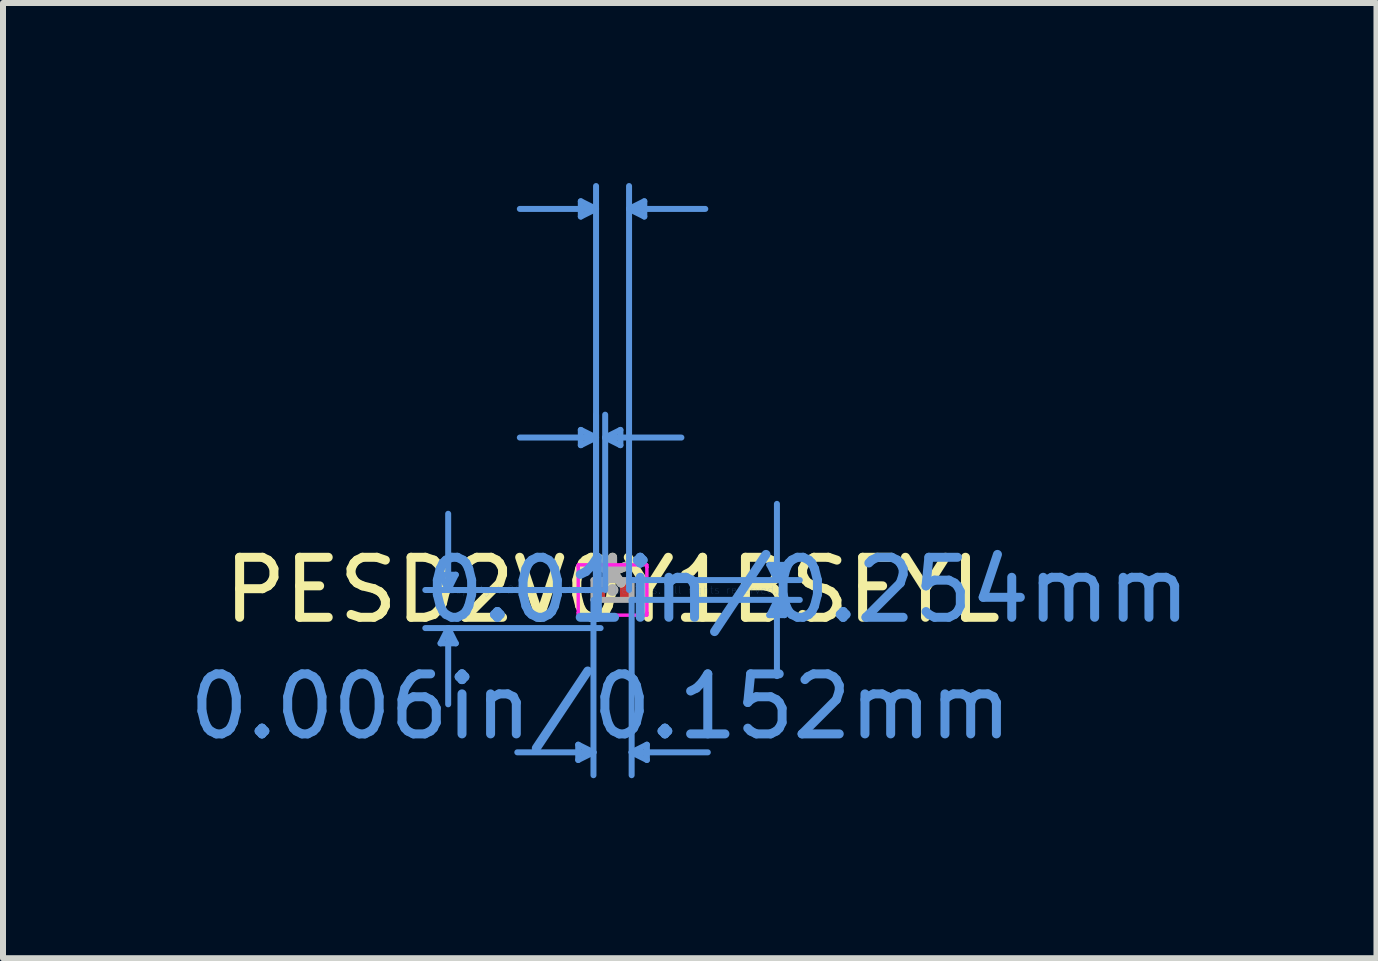
<source format=kicad_pcb>
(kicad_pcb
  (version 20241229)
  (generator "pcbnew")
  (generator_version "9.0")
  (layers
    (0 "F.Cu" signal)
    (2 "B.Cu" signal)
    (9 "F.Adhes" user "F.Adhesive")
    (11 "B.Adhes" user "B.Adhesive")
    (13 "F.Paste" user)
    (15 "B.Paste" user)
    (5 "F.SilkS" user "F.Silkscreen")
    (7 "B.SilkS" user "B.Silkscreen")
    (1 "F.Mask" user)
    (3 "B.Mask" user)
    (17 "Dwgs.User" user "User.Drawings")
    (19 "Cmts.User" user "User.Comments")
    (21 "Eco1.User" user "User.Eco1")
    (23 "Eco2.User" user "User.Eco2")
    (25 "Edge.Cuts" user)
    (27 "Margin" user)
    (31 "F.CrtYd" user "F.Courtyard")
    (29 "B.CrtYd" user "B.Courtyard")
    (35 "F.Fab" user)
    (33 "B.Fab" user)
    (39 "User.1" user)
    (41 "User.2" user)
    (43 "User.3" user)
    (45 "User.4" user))
  (footprint "PESD2V0Y1BSFYL"
    (layer "F.Cu")
    (at 7.157 6.781)
    (property "Reference" "PESD2V0Y1BSFYL" (at 0 0 0) (layer "F.SilkS") (effects (font (size 1 1) (thickness 0.15))))
    (attr through_hole)
    (fp_line (start -2.866 -0.254) (end -2.612 -0.254) (stroke (width 0.1) (type solid)) (layer "Cmts.User"))
    (fp_line (start -2.866 0.889) (end -2.612 0.889) (stroke (width 0.1) (type solid)) (layer "Cmts.User"))
    (fp_line (start -2.739 0) (end -2.866 -0.254) (stroke (width 0.1) (type solid)) (layer "Cmts.User"))
    (fp_line (start -2.739 0) (end -2.739 -1.27) (stroke (width 0.1) (type solid)) (layer "Cmts.User"))
    (fp_line (start -2.739 0) (end -2.612 -0.254) (stroke (width 0.1) (type solid)) (layer "Cmts.User"))
    (fp_line (start -2.739 0.635) (end -2.866 0.889) (stroke (width 0.1) (type solid)) (layer "Cmts.User"))
    (fp_line (start -2.739 0.635) (end -2.739 1.905) (stroke (width 0.1) (type solid)) (layer "Cmts.User"))
    (fp_line (start -2.739 0.635) (end -2.612 0.889) (stroke (width 0.1) (type solid)) (layer "Cmts.User"))
    (fp_line (start -0.572 2.578) (end -0.572 2.832) (stroke (width 0.1) (type solid)) (layer "Cmts.User"))
    (fp_line (start -0.529 -6.477) (end -0.529 -6.223) (stroke (width 0.1) (type solid)) (layer "Cmts.User"))
    (fp_line (start -0.529 -2.667) (end -0.529 -2.413) (stroke (width 0.1) (type solid)) (layer "Cmts.User"))
    (fp_line (start -0.318 0.165) (end -0.318 3.086) (stroke (width 0.1) (type solid)) (layer "Cmts.User"))
    (fp_line (start -0.318 2.705) (end -1.587 2.705) (stroke (width 0.1) (type solid)) (layer "Cmts.User"))
    (fp_line (start -0.318 2.705) (end -0.572 2.578) (stroke (width 0.1) (type solid)) (layer "Cmts.User"))
    (fp_line (start -0.318 2.705) (end -0.572 2.832) (stroke (width 0.1) (type solid)) (layer "Cmts.User"))
    (fp_line (start -0.275 -6.35) (end -1.545 -6.35) (stroke (width 0.1) (type solid)) (layer "Cmts.User"))
    (fp_line (start -0.275 -6.35) (end -0.529 -6.477) (stroke (width 0.1) (type solid)) (layer "Cmts.User"))
    (fp_line (start -0.275 -6.35) (end -0.529 -6.223) (stroke (width 0.1) (type solid)) (layer "Cmts.User"))
    (fp_line (start -0.275 -2.54) (end -1.545 -2.54) (stroke (width 0.1) (type solid)) (layer "Cmts.User"))
    (fp_line (start -0.275 -2.54) (end -0.529 -2.667) (stroke (width 0.1) (type solid)) (layer "Cmts.User"))
    (fp_line (start -0.275 -2.54) (end -0.529 -2.413) (stroke (width 0.1) (type solid)) (layer "Cmts.User"))
    (fp_line (start -0.275 0) (end -0.275 -6.731) (stroke (width 0.1) (type solid)) (layer "Cmts.User"))
    (fp_line (start -0.275 0) (end -0.275 -2.921) (stroke (width 0.1) (type solid)) (layer "Cmts.User"))
    (fp_line (start -0.199 0) (end -3.12 0) (stroke (width 0.1) (type solid)) (layer "Cmts.User"))
    (fp_line (start -0.199 0.635) (end -3.12 0.635) (stroke (width 0.1) (type solid)) (layer "Cmts.User"))
    (fp_line (start -0.123 -2.54) (end 0.131 -2.667) (stroke (width 0.1) (type solid)) (layer "Cmts.User"))
    (fp_line (start -0.123 -2.54) (end 0.131 -2.413) (stroke (width 0.1) (type solid)) (layer "Cmts.User"))
    (fp_line (start -0.123 -2.54) (end 1.147 -2.54) (stroke (width 0.1) (type solid)) (layer "Cmts.User"))
    (fp_line (start -0.123 0) (end -0.123 -2.921) (stroke (width 0.1) (type solid)) (layer "Cmts.User"))
    (fp_line (start 0.131 -2.667) (end 0.131 -2.413) (stroke (width 0.1) (type solid)) (layer "Cmts.User"))
    (fp_line (start 0.275 -6.35) (end 0.529 -6.477) (stroke (width 0.1) (type solid)) (layer "Cmts.User"))
    (fp_line (start 0.275 -6.35) (end 0.529 -6.223) (stroke (width 0.1) (type solid)) (layer "Cmts.User"))
    (fp_line (start 0.275 -6.35) (end 1.545 -6.35) (stroke (width 0.1) (type solid)) (layer "Cmts.User"))
    (fp_line (start 0.275 0) (end 0.275 -6.731) (stroke (width 0.1) (type solid)) (layer "Cmts.User"))
    (fp_line (start 0.318 -0.165) (end 3.12 -0.165) (stroke (width 0.1) (type solid)) (layer "Cmts.User"))
    (fp_line (start 0.318 0.165) (end 0.318 3.086) (stroke (width 0.1) (type solid)) (layer "Cmts.User"))
    (fp_line (start 0.318 0.165) (end 3.12 0.165) (stroke (width 0.1) (type solid)) (layer "Cmts.User"))
    (fp_line (start 0.318 2.705) (end 0.572 2.578) (stroke (width 0.1) (type solid)) (layer "Cmts.User"))
    (fp_line (start 0.318 2.705) (end 0.572 2.832) (stroke (width 0.1) (type solid)) (layer "Cmts.User"))
    (fp_line (start 0.318 2.705) (end 1.587 2.705) (stroke (width 0.1) (type solid)) (layer "Cmts.User"))
    (fp_line (start 0.529 -6.477) (end 0.529 -6.223) (stroke (width 0.1) (type solid)) (layer "Cmts.User"))
    (fp_line (start 0.572 2.578) (end 0.572 2.832) (stroke (width 0.1) (type solid)) (layer "Cmts.User"))
    (fp_line (start 2.612 -0.419) (end 2.866 -0.419) (stroke (width 0.1) (type solid)) (layer "Cmts.User"))
    (fp_line (start 2.612 0.419) (end 2.866 0.419) (stroke (width 0.1) (type solid)) (layer "Cmts.User"))
    (fp_line (start 2.739 -0.165) (end 2.612 -0.419) (stroke (width 0.1) (type solid)) (layer "Cmts.User"))
    (fp_line (start 2.739 -0.165) (end 2.739 -1.435) (stroke (width 0.1) (type solid)) (layer "Cmts.User"))
    (fp_line (start 2.739 -0.165) (end 2.866 -0.419) (stroke (width 0.1) (type solid)) (layer "Cmts.User"))
    (fp_line (start 2.739 0.165) (end 2.612 0.419) (stroke (width 0.1) (type solid)) (layer "Cmts.User"))
    (fp_line (start 2.739 0.165) (end 2.739 1.435) (stroke (width 0.1) (type solid)) (layer "Cmts.User"))
    (fp_line (start 2.739 0.165) (end 2.866 0.419) (stroke (width 0.1) (type solid)) (layer "Cmts.User"))
    (fp_line (start -0.572 -0.419) (end 0.572 -0.419) (stroke (width 0.05) (type solid)) (layer "F.CrtYd"))
    (fp_line (start -0.572 -0.419) (end 0.572 -0.419) (stroke (width 0.05) (type solid)) (layer "F.CrtYd"))
    (fp_line (start -0.572 -0.381) (end -0.572 -0.419) (stroke (width 0.05) (type solid)) (layer "F.CrtYd"))
    (fp_line (start -0.572 -0.381) (end -0.572 -0.419) (stroke (width 0.05) (type solid)) (layer "F.CrtYd"))
    (fp_line (start -0.572 -0.381) (end -0.572 -0.381) (stroke (width 0.05) (type solid)) (layer "F.CrtYd"))
    (fp_line (start -0.572 -0.381) (end -0.572 -0.381) (stroke (width 0.05) (type solid)) (layer "F.CrtYd"))
    (fp_line (start -0.572 0.381) (end -0.572 -0.381) (stroke (width 0.05) (type solid)) (layer "F.CrtYd"))
    (fp_line (start -0.572 0.381) (end -0.572 -0.381) (stroke (width 0.05) (type solid)) (layer "F.CrtYd"))
    (fp_line (start -0.572 0.381) (end -0.572 0.381) (stroke (width 0.05) (type solid)) (layer "F.CrtYd"))
    (fp_line (start -0.572 0.381) (end -0.572 0.381) (stroke (width 0.05) (type solid)) (layer "F.CrtYd"))
    (fp_line (start -0.572 0.419) (end -0.572 0.381) (stroke (width 0.05) (type solid)) (layer "F.CrtYd"))
    (fp_line (start -0.572 0.419) (end -0.572 0.381) (stroke (width 0.05) (type solid)) (layer "F.CrtYd"))
    (fp_line (start 0.572 -0.419) (end 0.572 -0.381) (stroke (width 0.05) (type solid)) (layer "F.CrtYd"))
    (fp_line (start 0.572 -0.419) (end 0.572 -0.381) (stroke (width 0.05) (type solid)) (layer "F.CrtYd"))
    (fp_line (start 0.572 -0.381) (end 0.572 -0.381) (stroke (width 0.05) (type solid)) (layer "F.CrtYd"))
    (fp_line (start 0.572 -0.381) (end 0.572 -0.381) (stroke (width 0.05) (type solid)) (layer "F.CrtYd"))
    (fp_line (start 0.572 -0.381) (end 0.572 0.381) (stroke (width 0.05) (type solid)) (layer "F.CrtYd"))
    (fp_line (start 0.572 -0.381) (end 0.572 0.381) (stroke (width 0.05) (type solid)) (layer "F.CrtYd"))
    (fp_line (start 0.572 0.381) (end 0.572 0.381) (stroke (width 0.05) (type solid)) (layer "F.CrtYd"))
    (fp_line (start 0.572 0.381) (end 0.572 0.381) (stroke (width 0.05) (type solid)) (layer "F.CrtYd"))
    (fp_line (start 0.572 0.381) (end 0.572 0.419) (stroke (width 0.05) (type solid)) (layer "F.CrtYd"))
    (fp_line (start 0.572 0.381) (end 0.572 0.419) (stroke (width 0.05) (type solid)) (layer "F.CrtYd"))
    (fp_line (start 0.572 0.419) (end -0.572 0.419) (stroke (width 0.05) (type solid)) (layer "F.CrtYd"))
    (fp_line (start 0.572 0.419) (end -0.572 0.419) (stroke (width 0.05) (type solid)) (layer "F.CrtYd"))
    (fp_line (start -0.318 -0.165) (end -0.318 0.165) (stroke (width 0.1) (type solid)) (layer "F.Fab"))
    (fp_line (start -0.318 0.165) (end 0.318 0.165) (stroke (width 0.1) (type solid)) (layer "F.Fab"))
    (fp_line (start 0.318 -0.165) (end -0.318 -0.165) (stroke (width 0.1) (type solid)) (layer "F.Fab"))
    (fp_line (start 0.318 0.165) (end 0.318 -0.165) (stroke (width 0.1) (type solid)) (layer "F.Fab"))
    (fp_circle (center 0 0) (end 0 0) (stroke (width 0.1) (type solid)) (fill no) (layer "F.Fab"))
    (fp_text user "*" (at 0 0 0) (layer "F.SilkS") (effects (font (size 1 1) (thickness 0.15))))
    (fp_text user "0.006in/0.152mm" (at -0.199 1.943 0) (layer "Cmts.User") (effects (font (size 1 1) (thickness 0.15))))
    (fp_text user "0.01in/0.254mm" (at 3.247 0 0) (layer "Cmts.User") (effects (font (size 1 1) (thickness 0.15))))
    (fp_text user "Copyright 2021 Accelerated Designs. All rights reserved." (at 0 0 0) (layer "Cmts.User") (effects (font (size 0.127 0.127) (thickness 0.002))))
    (fp_text user "*" (at 0 0 0) (layer "F.Fab") (effects (font (size 1 1) (thickness 0.15))))
    (pad "1" smd rect (at -0.199 0) (size 0.152 0.254) (layers "F.Cu" "F.Mask" "F.Paste"))
    (pad "2" smd rect (at 0.199 0) (size 0.152 0.254) (layers "F.Cu" "F.Mask" "F.Paste")))
  (gr_rect
    (start -3 -3)
    (end 19.886 12.917)
    (stroke (width 0.1) (type default))
    (fill no)
    (layer "Edge.Cuts")))
</source>
